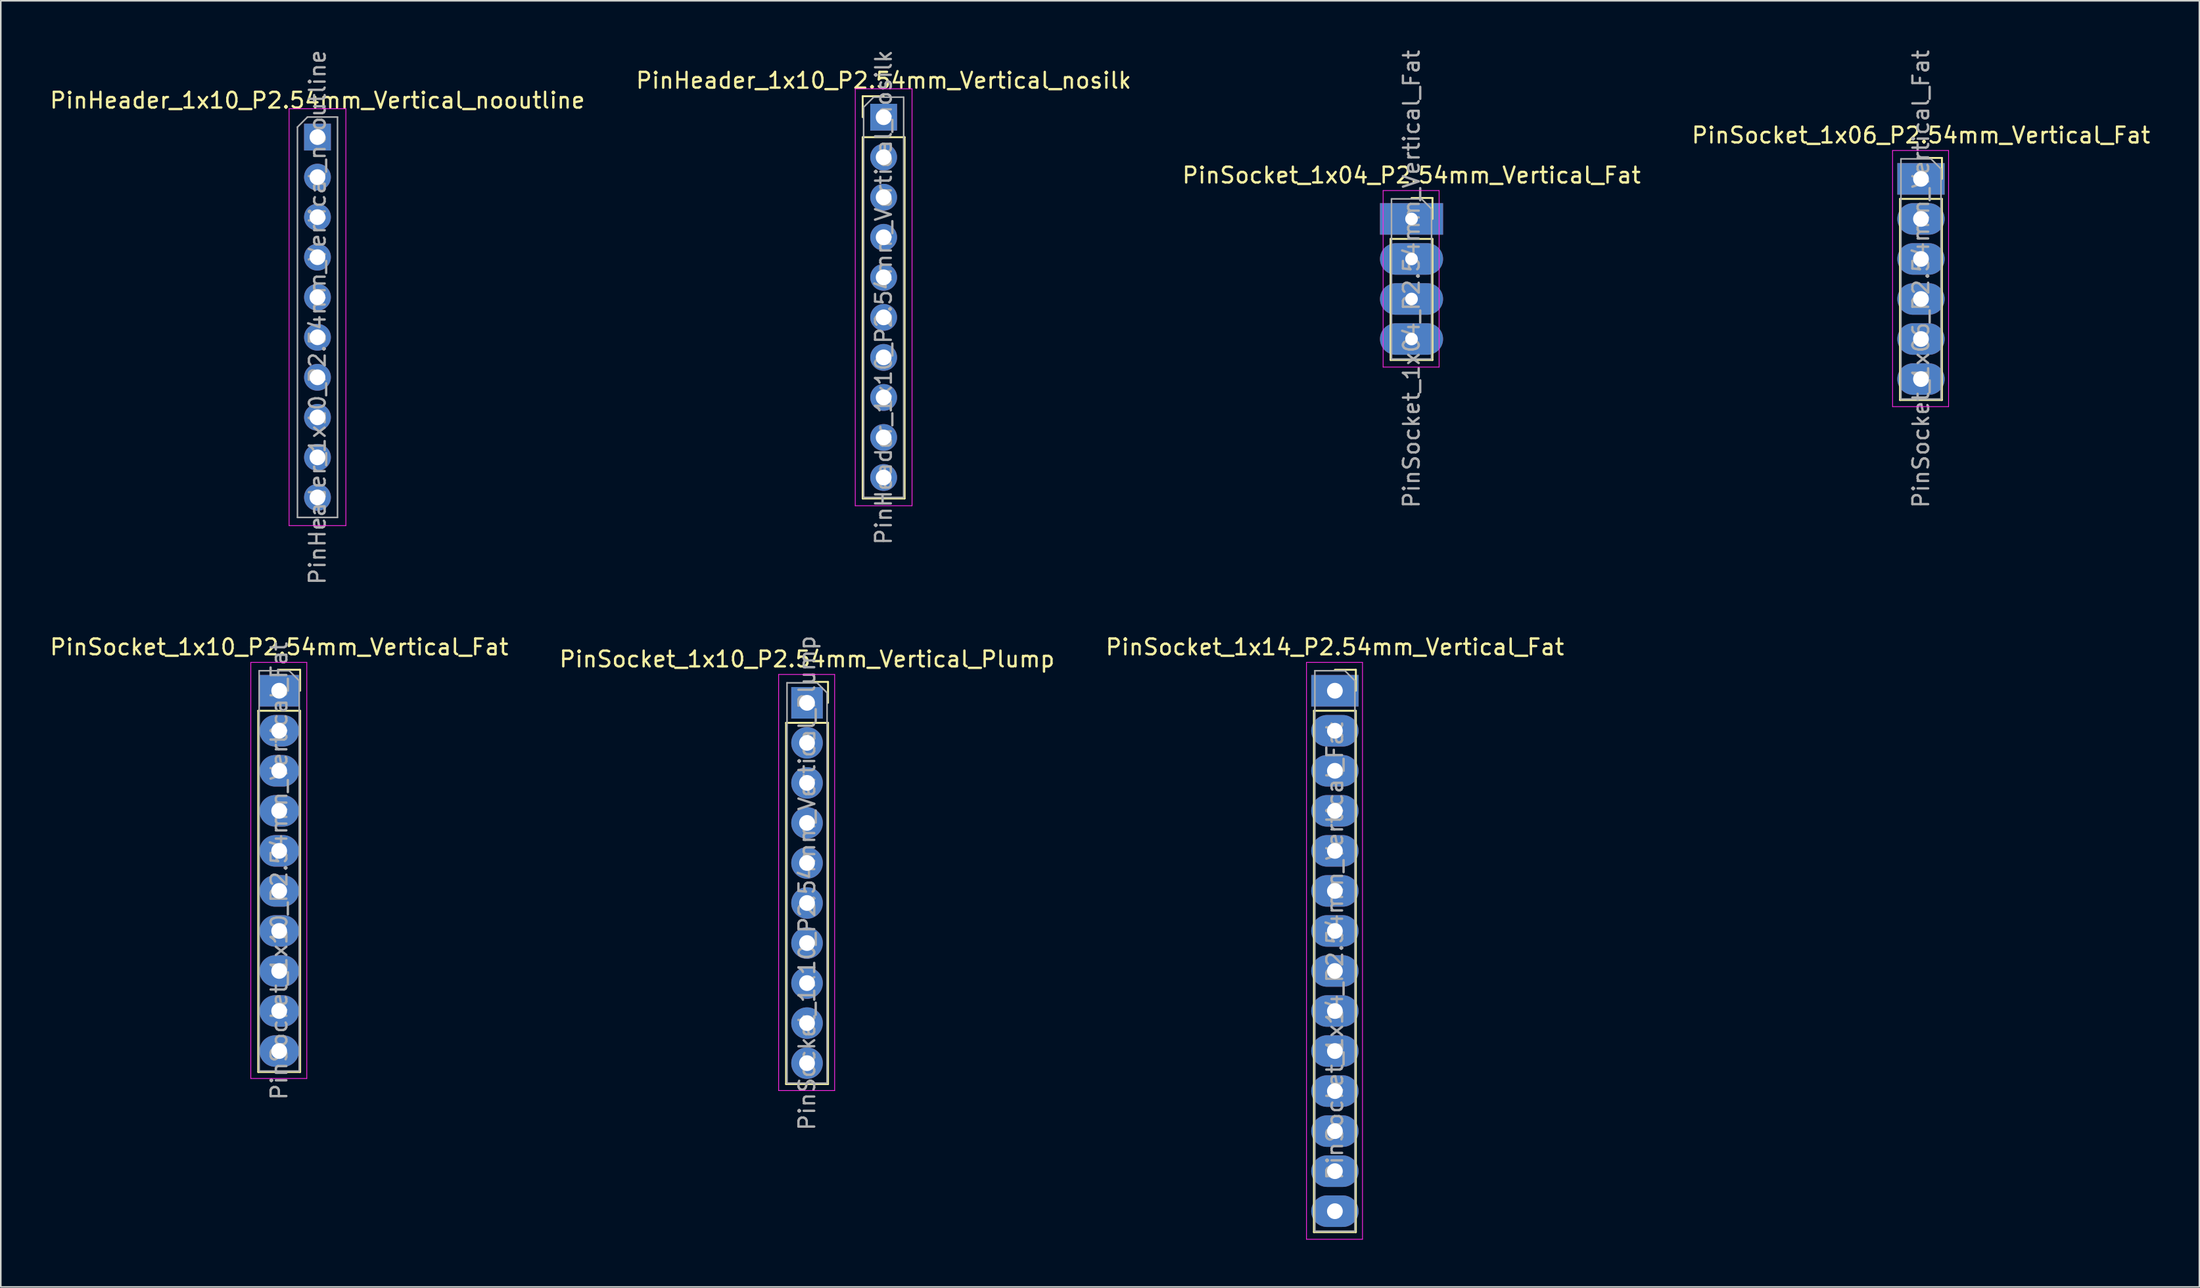
<source format=kicad_pcb>
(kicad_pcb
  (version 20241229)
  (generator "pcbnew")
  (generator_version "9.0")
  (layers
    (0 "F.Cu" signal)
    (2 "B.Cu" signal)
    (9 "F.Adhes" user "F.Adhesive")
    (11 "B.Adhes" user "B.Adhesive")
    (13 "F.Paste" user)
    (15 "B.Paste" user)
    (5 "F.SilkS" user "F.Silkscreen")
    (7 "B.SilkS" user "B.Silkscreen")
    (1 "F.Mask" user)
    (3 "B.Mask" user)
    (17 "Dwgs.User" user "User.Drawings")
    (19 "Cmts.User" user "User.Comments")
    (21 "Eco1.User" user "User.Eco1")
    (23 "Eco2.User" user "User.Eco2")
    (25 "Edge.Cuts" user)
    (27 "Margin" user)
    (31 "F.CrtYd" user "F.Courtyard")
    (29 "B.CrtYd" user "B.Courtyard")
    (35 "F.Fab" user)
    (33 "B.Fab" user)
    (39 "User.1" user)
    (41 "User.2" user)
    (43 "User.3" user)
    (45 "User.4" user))
  (footprint "PinSocket_1x04_P2.54mm_Vertical_Fat"
    (layer "F.Cu")
    (at 86.435 10.839)
    (property "Reference" "PinSocket_1x04_P2.54mm_Vertical_Fat" (at 0 -2.77 0) (layer "F.SilkS") (effects (font (size 1 1) (thickness 0.15))))
    (attr through_hole)
    (fp_line (start -1.33 1.27) (end -1.33 8.95) (stroke (width 0.12) (type solid)) (layer "F.SilkS"))
    (fp_line (start -1.33 1.27) (end 1.33 1.27) (stroke (width 0.12) (type solid)) (layer "F.SilkS"))
    (fp_line (start -1.33 8.95) (end 1.33 8.95) (stroke (width 0.12) (type solid)) (layer "F.SilkS"))
    (fp_line (start 0 -1.33) (end 1.33 -1.33) (stroke (width 0.12) (type solid)) (layer "F.SilkS"))
    (fp_line (start 1.33 -1.33) (end 1.33 0) (stroke (width 0.12) (type solid)) (layer "F.SilkS"))
    (fp_line (start 1.33 1.27) (end 1.33 8.95) (stroke (width 0.12) (type solid)) (layer "F.SilkS"))
    (fp_line (start -1.8 -1.8) (end 1.75 -1.8) (stroke (width 0.05) (type solid)) (layer "F.CrtYd"))
    (fp_line (start -1.8 9.4) (end -1.8 -1.8) (stroke (width 0.05) (type solid)) (layer "F.CrtYd"))
    (fp_line (start 1.75 -1.8) (end 1.75 9.4) (stroke (width 0.05) (type solid)) (layer "F.CrtYd"))
    (fp_line (start 1.75 9.4) (end -1.8 9.4) (stroke (width 0.05) (type solid)) (layer "F.CrtYd"))
    (fp_line (start -1.27 -1.27) (end 0.635 -1.27) (stroke (width 0.1) (type solid)) (layer "F.Fab"))
    (fp_line (start -1.27 8.89) (end -1.27 -1.27) (stroke (width 0.1) (type solid)) (layer "F.Fab"))
    (fp_line (start 0.635 -1.27) (end 1.27 -0.635) (stroke (width 0.1) (type solid)) (layer "F.Fab"))
    (fp_line (start 1.27 -0.635) (end 1.27 8.89) (stroke (width 0.1) (type solid)) (layer "F.Fab"))
    (fp_line (start 1.27 8.89) (end -1.27 8.89) (stroke (width 0.1) (type solid)) (layer "F.Fab"))
    (fp_text user "${REFERENCE}" (at 0 3.81 90) (layer "F.Fab") (effects (font (size 1 1) (thickness 0.15))))
    (pad "1" thru_hole rect (at 0 0) (size 4 2) (drill 0.8) (layers "*.Cu" "*.Mask"))
    (pad "3" thru_hole oval (at 0 5.08) (size 4 2) (drill 0.8) (layers "*.Cu" "*.Mask"))
    (pad "4" thru_hole oval (at 0 7.62) (size 4 2) (drill 0.8) (layers "*.Cu" "*.Mask"))
    (pad "e" thru_hole oval (at 0 2.54) (size 4 2) (drill 0.8) (layers "*.Cu" "*.Mask")))
  (footprint "PinSocket_1x06_P2.54mm_Vertical_Fat"
    (layer "F.Cu")
    (at 118.732 8.299)
    (property "Reference" "PinSocket_1x06_P2.54mm_Vertical_Fat" (at 0 -2.77 0) (layer "F.SilkS") (effects (font (size 1 1) (thickness 0.15))))
    (attr through_hole)
    (fp_line (start -1.33 1.27) (end -1.33 14.03) (stroke (width 0.12) (type solid)) (layer "F.SilkS"))
    (fp_line (start -1.33 1.27) (end 1.33 1.27) (stroke (width 0.12) (type solid)) (layer "F.SilkS"))
    (fp_line (start -1.33 14.03) (end 1.33 14.03) (stroke (width 0.12) (type solid)) (layer "F.SilkS"))
    (fp_line (start 0 -1.33) (end 1.33 -1.33) (stroke (width 0.12) (type solid)) (layer "F.SilkS"))
    (fp_line (start 1.33 -1.33) (end 1.33 0) (stroke (width 0.12) (type solid)) (layer "F.SilkS"))
    (fp_line (start 1.33 1.27) (end 1.33 14.03) (stroke (width 0.12) (type solid)) (layer "F.SilkS"))
    (fp_line (start -1.8 -1.8) (end 1.75 -1.8) (stroke (width 0.05) (type solid)) (layer "F.CrtYd"))
    (fp_line (start -1.8 14.45) (end -1.8 -1.8) (stroke (width 0.05) (type solid)) (layer "F.CrtYd"))
    (fp_line (start 1.75 -1.8) (end 1.75 14.45) (stroke (width 0.05) (type solid)) (layer "F.CrtYd"))
    (fp_line (start 1.75 14.45) (end -1.8 14.45) (stroke (width 0.05) (type solid)) (layer "F.CrtYd"))
    (fp_line (start -1.27 -1.27) (end 0.635 -1.27) (stroke (width 0.1) (type solid)) (layer "F.Fab"))
    (fp_line (start -1.27 13.97) (end -1.27 -1.27) (stroke (width 0.1) (type solid)) (layer "F.Fab"))
    (fp_line (start 0.635 -1.27) (end 1.27 -0.635) (stroke (width 0.1) (type solid)) (layer "F.Fab"))
    (fp_line (start 1.27 -0.635) (end 1.27 13.97) (stroke (width 0.1) (type solid)) (layer "F.Fab"))
    (fp_line (start 1.27 13.97) (end -1.27 13.97) (stroke (width 0.1) (type solid)) (layer "F.Fab"))
    (fp_text user "${REFERENCE}" (at 0 6.35 90) (layer "F.Fab") (effects (font (size 1 1) (thickness 0.15))))
    (pad "1" thru_hole rect (at 0 0) (size 3 2) (drill 1) (layers "*.Cu" "*.Mask"))
    (pad "2" thru_hole oval (at 0 2.54) (size 3 2) (drill 1) (layers "*.Cu" "*.Mask"))
    (pad "3" thru_hole oval (at 0 5.08) (size 3 2) (drill 1) (layers "*.Cu" "*.Mask"))
    (pad "4" thru_hole oval (at 0 7.62) (size 3 2) (drill 1) (layers "*.Cu" "*.Mask"))
    (pad "5" thru_hole oval (at 0 10.16) (size 3 2) (drill 1) (layers "*.Cu" "*.Mask"))
    (pad "6" thru_hole oval (at 0 12.7) (size 3 2) (drill 1) (layers "*.Cu" "*.Mask")))
  (footprint "PinSocket_1x10_P2.54mm_Vertical_Fat"
    (layer "F.Cu")
    (at 14.649 40.773)
    (property "Reference" "PinSocket_1x10_P2.54mm_Vertical_Fat" (at 0 -2.77 0) (layer "F.SilkS") (effects (font (size 1 1) (thickness 0.15))))
    (attr through_hole)
    (fp_line (start -1.33 1.27) (end -1.33 24.19) (stroke (width 0.12) (type solid)) (layer "F.SilkS"))
    (fp_line (start -1.33 1.27) (end 1.33 1.27) (stroke (width 0.12) (type solid)) (layer "F.SilkS"))
    (fp_line (start -1.33 24.19) (end 1.33 24.19) (stroke (width 0.12) (type solid)) (layer "F.SilkS"))
    (fp_line (start 0 -1.33) (end 1.33 -1.33) (stroke (width 0.12) (type solid)) (layer "F.SilkS"))
    (fp_line (start 1.33 -1.33) (end 1.33 0) (stroke (width 0.12) (type solid)) (layer "F.SilkS"))
    (fp_line (start 1.33 1.27) (end 1.33 24.19) (stroke (width 0.12) (type solid)) (layer "F.SilkS"))
    (fp_line (start -1.8 -1.8) (end 1.75 -1.8) (stroke (width 0.05) (type solid)) (layer "F.CrtYd"))
    (fp_line (start -1.8 24.6) (end -1.8 -1.8) (stroke (width 0.05) (type solid)) (layer "F.CrtYd"))
    (fp_line (start 1.75 -1.8) (end 1.75 24.6) (stroke (width 0.05) (type solid)) (layer "F.CrtYd"))
    (fp_line (start 1.75 24.6) (end -1.8 24.6) (stroke (width 0.05) (type solid)) (layer "F.CrtYd"))
    (fp_line (start -1.27 -1.27) (end 0.635 -1.27) (stroke (width 0.1) (type solid)) (layer "F.Fab"))
    (fp_line (start -1.27 24.13) (end -1.27 -1.27) (stroke (width 0.1) (type solid)) (layer "F.Fab"))
    (fp_line (start 0.635 -1.27) (end 1.27 -0.635) (stroke (width 0.1) (type solid)) (layer "F.Fab"))
    (fp_line (start 1.27 -0.635) (end 1.27 24.13) (stroke (width 0.1) (type solid)) (layer "F.Fab"))
    (fp_line (start 1.27 24.13) (end -1.27 24.13) (stroke (width 0.1) (type solid)) (layer "F.Fab"))
    (fp_text user "${REFERENCE}" (at 0 11.43 90) (layer "F.Fab") (effects (font (size 1 1) (thickness 0.15))))
    (pad "1" thru_hole rect (at 0 0) (size 2.5 2) (drill 1) (layers "*.Cu" "*.Mask"))
    (pad "2" thru_hole oval (at 0 2.54) (size 2.5 2) (drill 1) (layers "*.Cu" "*.Mask"))
    (pad "3" thru_hole oval (at 0 5.08) (size 2.5 2) (drill 1) (layers "*.Cu" "*.Mask"))
    (pad "4" thru_hole oval (at 0 7.62) (size 2.5 2) (drill 1) (layers "*.Cu" "*.Mask"))
    (pad "5" thru_hole oval (at 0 10.16) (size 2.5 2) (drill 1) (layers "*.Cu" "*.Mask"))
    (pad "6" thru_hole oval (at 0 12.7) (size 2.5 2) (drill 1) (layers "*.Cu" "*.Mask"))
    (pad "7" thru_hole oval (at 0 15.24) (size 2.5 2) (drill 1) (layers "*.Cu" "*.Mask"))
    (pad "8" thru_hole oval (at 0 17.78) (size 2.5 2) (drill 1) (layers "*.Cu" "*.Mask"))
    (pad "9" thru_hole oval (at 0 20.32) (size 2.5 2) (drill 1) (layers "*.Cu" "*.Mask"))
    (pad "10" thru_hole oval (at 0 22.86) (size 2.5 2) (drill 1) (layers "*.Cu" "*.Mask")))
  (footprint "PinHeader_1x10_P2.54mm_Vertical_nosilk"
    (layer "F.Cu")
    (at 52.97 4.385)
    (property "Reference" "PinHeader_1x10_P2.54mm_Vertical_nosilk" (at 0 -2.33 0) (layer "F.SilkS") (effects (font (size 1 1) (thickness 0.15))))
    (attr through_hole)
    (fp_line (start -1.33 -1.33) (end 0 -1.33) (stroke (width 0.12) (type solid)) (layer "F.SilkS"))
    (fp_line (start -1.33 0) (end -1.33 -1.33) (stroke (width 0.12) (type solid)) (layer "F.SilkS"))
    (fp_line (start -1.33 1.27) (end -1.33 24.19) (stroke (width 0.12) (type solid)) (layer "F.SilkS"))
    (fp_line (start -1.33 1.27) (end 1.33 1.27) (stroke (width 0.12) (type solid)) (layer "F.SilkS"))
    (fp_line (start -1.33 24.19) (end 1.33 24.19) (stroke (width 0.12) (type solid)) (layer "F.SilkS"))
    (fp_line (start 1.33 1.27) (end 1.33 24.19) (stroke (width 0.12) (type solid)) (layer "F.SilkS"))
    (fp_line (start -1.8 -1.8) (end -1.8 24.65) (stroke (width 0.05) (type solid)) (layer "F.CrtYd"))
    (fp_line (start -1.8 24.65) (end 1.8 24.65) (stroke (width 0.05) (type solid)) (layer "F.CrtYd"))
    (fp_line (start 1.8 -1.8) (end -1.8 -1.8) (stroke (width 0.05) (type solid)) (layer "F.CrtYd"))
    (fp_line (start 1.8 24.65) (end 1.8 -1.8) (stroke (width 0.05) (type solid)) (layer "F.CrtYd"))
    (fp_line (start -1.27 -0.635) (end -0.635 -1.27) (stroke (width 0.1) (type solid)) (layer "F.Fab"))
    (fp_line (start -1.27 24.13) (end -1.27 -0.635) (stroke (width 0.1) (type solid)) (layer "F.Fab"))
    (fp_line (start -0.635 -1.27) (end 1.27 -1.27) (stroke (width 0.1) (type solid)) (layer "F.Fab"))
    (fp_line (start 1.27 -1.27) (end 1.27 24.13) (stroke (width 0.1) (type solid)) (layer "F.Fab"))
    (fp_line (start 1.27 24.13) (end -1.27 24.13) (stroke (width 0.1) (type solid)) (layer "F.Fab"))
    (fp_text user "${REFERENCE}" (at 0 11.43 90) (layer "F.Fab") (effects (font (size 1 1) (thickness 0.15))))
    (pad "1" thru_hole rect (at 0 0) (size 1.7 1.7) (drill 1) (layers "*.Cu" "*.Mask"))
    (pad "2" thru_hole oval (at 0 2.54) (size 1.7 1.7) (drill 1) (layers "*.Cu" "*.Mask"))
    (pad "3" thru_hole oval (at 0 5.08) (size 1.7 1.7) (drill 1) (layers "*.Cu" "*.Mask"))
    (pad "4" thru_hole oval (at 0 7.62) (size 1.7 1.7) (drill 1) (layers "*.Cu" "*.Mask"))
    (pad "5" thru_hole oval (at 0 10.16) (size 1.7 1.7) (drill 1) (layers "*.Cu" "*.Mask"))
    (pad "6" thru_hole oval (at 0 12.7) (size 1.7 1.7) (drill 1) (layers "*.Cu" "*.Mask"))
    (pad "7" thru_hole oval (at 0 15.24) (size 1.7 1.7) (drill 1) (layers "*.Cu" "*.Mask"))
    (pad "8" thru_hole oval (at 0 17.78) (size 1.7 1.7) (drill 1) (layers "*.Cu" "*.Mask"))
    (pad "9" thru_hole oval (at 0 20.32) (size 1.7 1.7) (drill 1) (layers "*.Cu" "*.Mask"))
    (pad "10" thru_hole oval (at 0 22.86) (size 1.7 1.7) (drill 1) (layers "*.Cu" "*.Mask")))
  (footprint "PinSocket_1x14_P2.54mm_Vertical_Fat"
    (layer "F.Cu")
    (at 81.577 40.773)
    (property "Reference" "PinSocket_1x14_P2.54mm_Vertical_Fat" (at 0 -2.77 0) (layer "F.SilkS") (effects (font (size 1 1) (thickness 0.15))))
    (attr through_hole)
    (fp_line (start -1.33 1.27) (end -1.33 34.35) (stroke (width 0.12) (type solid)) (layer "F.SilkS"))
    (fp_line (start -1.33 1.27) (end 1.33 1.27) (stroke (width 0.12) (type solid)) (layer "F.SilkS"))
    (fp_line (start -1.33 34.35) (end 1.33 34.35) (stroke (width 0.12) (type solid)) (layer "F.SilkS"))
    (fp_line (start 0 -1.33) (end 1.33 -1.33) (stroke (width 0.12) (type solid)) (layer "F.SilkS"))
    (fp_line (start 1.33 -1.33) (end 1.33 0) (stroke (width 0.12) (type solid)) (layer "F.SilkS"))
    (fp_line (start 1.33 1.27) (end 1.33 34.35) (stroke (width 0.12) (type solid)) (layer "F.SilkS"))
    (fp_line (start -1.8 -1.8) (end 1.75 -1.8) (stroke (width 0.05) (type solid)) (layer "F.CrtYd"))
    (fp_line (start -1.8 34.8) (end -1.8 -1.8) (stroke (width 0.05) (type solid)) (layer "F.CrtYd"))
    (fp_line (start 1.75 -1.8) (end 1.75 34.8) (stroke (width 0.05) (type solid)) (layer "F.CrtYd"))
    (fp_line (start 1.75 34.8) (end -1.8 34.8) (stroke (width 0.05) (type solid)) (layer "F.CrtYd"))
    (fp_line (start -1.27 -1.27) (end 0.635 -1.27) (stroke (width 0.1) (type solid)) (layer "F.Fab"))
    (fp_line (start -1.27 34.29) (end -1.27 -1.27) (stroke (width 0.1) (type solid)) (layer "F.Fab"))
    (fp_line (start 0.635 -1.27) (end 1.27 -0.635) (stroke (width 0.1) (type solid)) (layer "F.Fab"))
    (fp_line (start 1.27 -0.635) (end 1.27 34.29) (stroke (width 0.1) (type solid)) (layer "F.Fab"))
    (fp_line (start 1.27 34.29) (end -1.27 34.29) (stroke (width 0.1) (type solid)) (layer "F.Fab"))
    (fp_text user "${REFERENCE}" (at 0 16.51 90) (layer "F.Fab") (effects (font (size 1 1) (thickness 0.15))))
    (pad "1" thru_hole rect (at 0 0) (size 3 2) (drill 1) (layers "*.Cu" "*.Mask"))
    (pad "2" thru_hole oval (at 0 2.54) (size 3 2) (drill 1) (layers "*.Cu" "*.Mask"))
    (pad "3" thru_hole oval (at 0 5.08) (size 3 2) (drill 1) (layers "*.Cu" "*.Mask"))
    (pad "4" thru_hole oval (at 0 7.62) (size 3 2) (drill 1) (layers "*.Cu" "*.Mask"))
    (pad "5" thru_hole oval (at 0 10.16) (size 3 2) (drill 1) (layers "*.Cu" "*.Mask"))
    (pad "6" thru_hole oval (at 0 12.7) (size 3 2) (drill 1) (layers "*.Cu" "*.Mask"))
    (pad "7" thru_hole oval (at 0 15.24) (size 3 2) (drill 1) (layers "*.Cu" "*.Mask"))
    (pad "8" thru_hole oval (at 0 17.78) (size 3 2) (drill 1) (layers "*.Cu" "*.Mask"))
    (pad "9" thru_hole oval (at 0 20.32) (size 3 2) (drill 1) (layers "*.Cu" "*.Mask"))
    (pad "10" thru_hole oval (at 0 22.86) (size 3 2) (drill 1) (layers "*.Cu" "*.Mask"))
    (pad "11" thru_hole oval (at 0 25.4) (size 3 2) (drill 1) (layers "*.Cu" "*.Mask"))
    (pad "12" thru_hole oval (at 0 27.94) (size 3 2) (drill 1) (layers "*.Cu" "*.Mask"))
    (pad "13" thru_hole oval (at 0 30.48) (size 3 2) (drill 1) (layers "*.Cu" "*.Mask"))
    (pad "14" thru_hole oval (at 0 33.02) (size 3 2) (drill 1) (layers "*.Cu" "*.Mask")))
  (footprint "PinSocket_1x10_P2.54mm_Vertical_Plump"
    (layer "F.Cu")
    (at 48.113 41.54)
    (property "Reference" "PinSocket_1x10_P2.54mm_Vertical_Plump" (at 0 -2.77 0) (layer "F.SilkS") (effects (font (size 1 1) (thickness 0.15))))
    (attr through_hole)
    (fp_line (start -1.33 1.27) (end -1.33 24.19) (stroke (width 0.12) (type solid)) (layer "F.SilkS"))
    (fp_line (start -1.33 1.27) (end 1.33 1.27) (stroke (width 0.12) (type solid)) (layer "F.SilkS"))
    (fp_line (start -1.33 24.19) (end 1.33 24.19) (stroke (width 0.12) (type solid)) (layer "F.SilkS"))
    (fp_line (start 0 -1.33) (end 1.33 -1.33) (stroke (width 0.12) (type solid)) (layer "F.SilkS"))
    (fp_line (start 1.33 -1.33) (end 1.33 0) (stroke (width 0.12) (type solid)) (layer "F.SilkS"))
    (fp_line (start 1.33 1.27) (end 1.33 24.19) (stroke (width 0.12) (type solid)) (layer "F.SilkS"))
    (fp_line (start -1.8 -1.8) (end 1.75 -1.8) (stroke (width 0.05) (type solid)) (layer "F.CrtYd"))
    (fp_line (start -1.8 24.6) (end -1.8 -1.8) (stroke (width 0.05) (type solid)) (layer "F.CrtYd"))
    (fp_line (start 1.75 -1.8) (end 1.75 24.6) (stroke (width 0.05) (type solid)) (layer "F.CrtYd"))
    (fp_line (start 1.75 24.6) (end -1.8 24.6) (stroke (width 0.05) (type solid)) (layer "F.CrtYd"))
    (fp_line (start -1.27 -1.27) (end 0.635 -1.27) (stroke (width 0.1) (type solid)) (layer "F.Fab"))
    (fp_line (start -1.27 24.13) (end -1.27 -1.27) (stroke (width 0.1) (type solid)) (layer "F.Fab"))
    (fp_line (start 0.635 -1.27) (end 1.27 -0.635) (stroke (width 0.1) (type solid)) (layer "F.Fab"))
    (fp_line (start 1.27 -0.635) (end 1.27 24.13) (stroke (width 0.1) (type solid)) (layer "F.Fab"))
    (fp_line (start 1.27 24.13) (end -1.27 24.13) (stroke (width 0.1) (type solid)) (layer "F.Fab"))
    (fp_text user "${REFERENCE}" (at 0 11.43 90) (layer "F.Fab") (effects (font (size 1 1) (thickness 0.15))))
    (pad "1" thru_hole rect (at 0 0) (size 2 2) (drill 1) (layers "*.Cu" "*.Mask"))
    (pad "2" thru_hole oval (at 0 2.54) (size 2 2) (drill 1) (layers "*.Cu" "*.Mask"))
    (pad "3" thru_hole oval (at 0 5.08) (size 2 2) (drill 1) (layers "*.Cu" "*.Mask"))
    (pad "4" thru_hole oval (at 0 7.62) (size 2 2) (drill 1) (layers "*.Cu" "*.Mask"))
    (pad "5" thru_hole oval (at 0 10.16) (size 2 2) (drill 1) (layers "*.Cu" "*.Mask"))
    (pad "6" thru_hole oval (at 0 12.7) (size 2 2) (drill 1) (layers "*.Cu" "*.Mask"))
    (pad "7" thru_hole oval (at 0 15.24) (size 2 2) (drill 1) (layers "*.Cu" "*.Mask"))
    (pad "8" thru_hole oval (at 0 17.78) (size 2 2) (drill 1) (layers "*.Cu" "*.Mask"))
    (pad "9" thru_hole oval (at 0 20.32) (size 2 2) (drill 1) (layers "*.Cu" "*.Mask"))
    (pad "10" thru_hole oval (at 0 22.86) (size 2 2) (drill 1) (layers "*.Cu" "*.Mask")))
  (footprint "PinHeader_1x10_P2.54mm_Vertical_nooutline"
    (layer "F.Cu")
    (at 17.077 5.647)
    (property "Reference" "PinHeader_1x10_P2.54mm_Vertical_nooutline" (at 0 -2.33 0) (layer "F.SilkS") (effects (font (size 1 1) (thickness 0.15))))
    (attr through_hole)
    (fp_line (start -1.8 -1.8) (end -1.8 24.65) (stroke (width 0.05) (type solid)) (layer "F.CrtYd"))
    (fp_line (start -1.8 24.65) (end 1.8 24.65) (stroke (width 0.05) (type solid)) (layer "F.CrtYd"))
    (fp_line (start 1.8 -1.8) (end -1.8 -1.8) (stroke (width 0.05) (type solid)) (layer "F.CrtYd"))
    (fp_line (start 1.8 24.65) (end 1.8 -1.8) (stroke (width 0.05) (type solid)) (layer "F.CrtYd"))
    (fp_line (start -1.27 -0.635) (end -0.635 -1.27) (stroke (width 0.1) (type solid)) (layer "F.Fab"))
    (fp_line (start -1.27 24.13) (end -1.27 -0.635) (stroke (width 0.1) (type solid)) (layer "F.Fab"))
    (fp_line (start -0.635 -1.27) (end 1.27 -1.27) (stroke (width 0.1) (type solid)) (layer "F.Fab"))
    (fp_line (start 1.27 -1.27) (end 1.27 24.13) (stroke (width 0.1) (type solid)) (layer "F.Fab"))
    (fp_line (start 1.27 24.13) (end -1.27 24.13) (stroke (width 0.1) (type solid)) (layer "F.Fab"))
    (fp_text user "${REFERENCE}" (at 0 11.43 90) (layer "F.Fab") (effects (font (size 1 1) (thickness 0.15))))
    (pad "1" thru_hole rect (at 0 0) (size 1.7 1.7) (drill 1) (layers "*.Cu" "*.Mask"))
    (pad "2" thru_hole oval (at 0 2.54) (size 1.7 1.7) (drill 1) (layers "*.Cu" "*.Mask"))
    (pad "3" thru_hole oval (at 0 5.08) (size 1.7 1.7) (drill 1) (layers "*.Cu" "*.Mask"))
    (pad "4" thru_hole oval (at 0 7.62) (size 1.7 1.7) (drill 1) (layers "*.Cu" "*.Mask"))
    (pad "5" thru_hole oval (at 0 10.16) (size 1.7 1.7) (drill 1) (layers "*.Cu" "*.Mask"))
    (pad "6" thru_hole oval (at 0 12.7) (size 1.7 1.7) (drill 1) (layers "*.Cu" "*.Mask"))
    (pad "7" thru_hole oval (at 0 15.24) (size 1.7 1.7) (drill 1) (layers "*.Cu" "*.Mask"))
    (pad "8" thru_hole oval (at 0 17.78) (size 1.7 1.7) (drill 1) (layers "*.Cu" "*.Mask"))
    (pad "9" thru_hole oval (at 0 20.32) (size 1.7 1.7) (drill 1) (layers "*.Cu" "*.Mask"))
    (pad "10" thru_hole oval (at 0 22.86) (size 1.7 1.7) (drill 1) (layers "*.Cu" "*.Mask")))
  (gr_rect
    (start -3 -3)
    (end 136.381 78.598)
    (stroke (width 0.1) (type default))
    (fill no)
    (layer "Edge.Cuts")))
</source>
